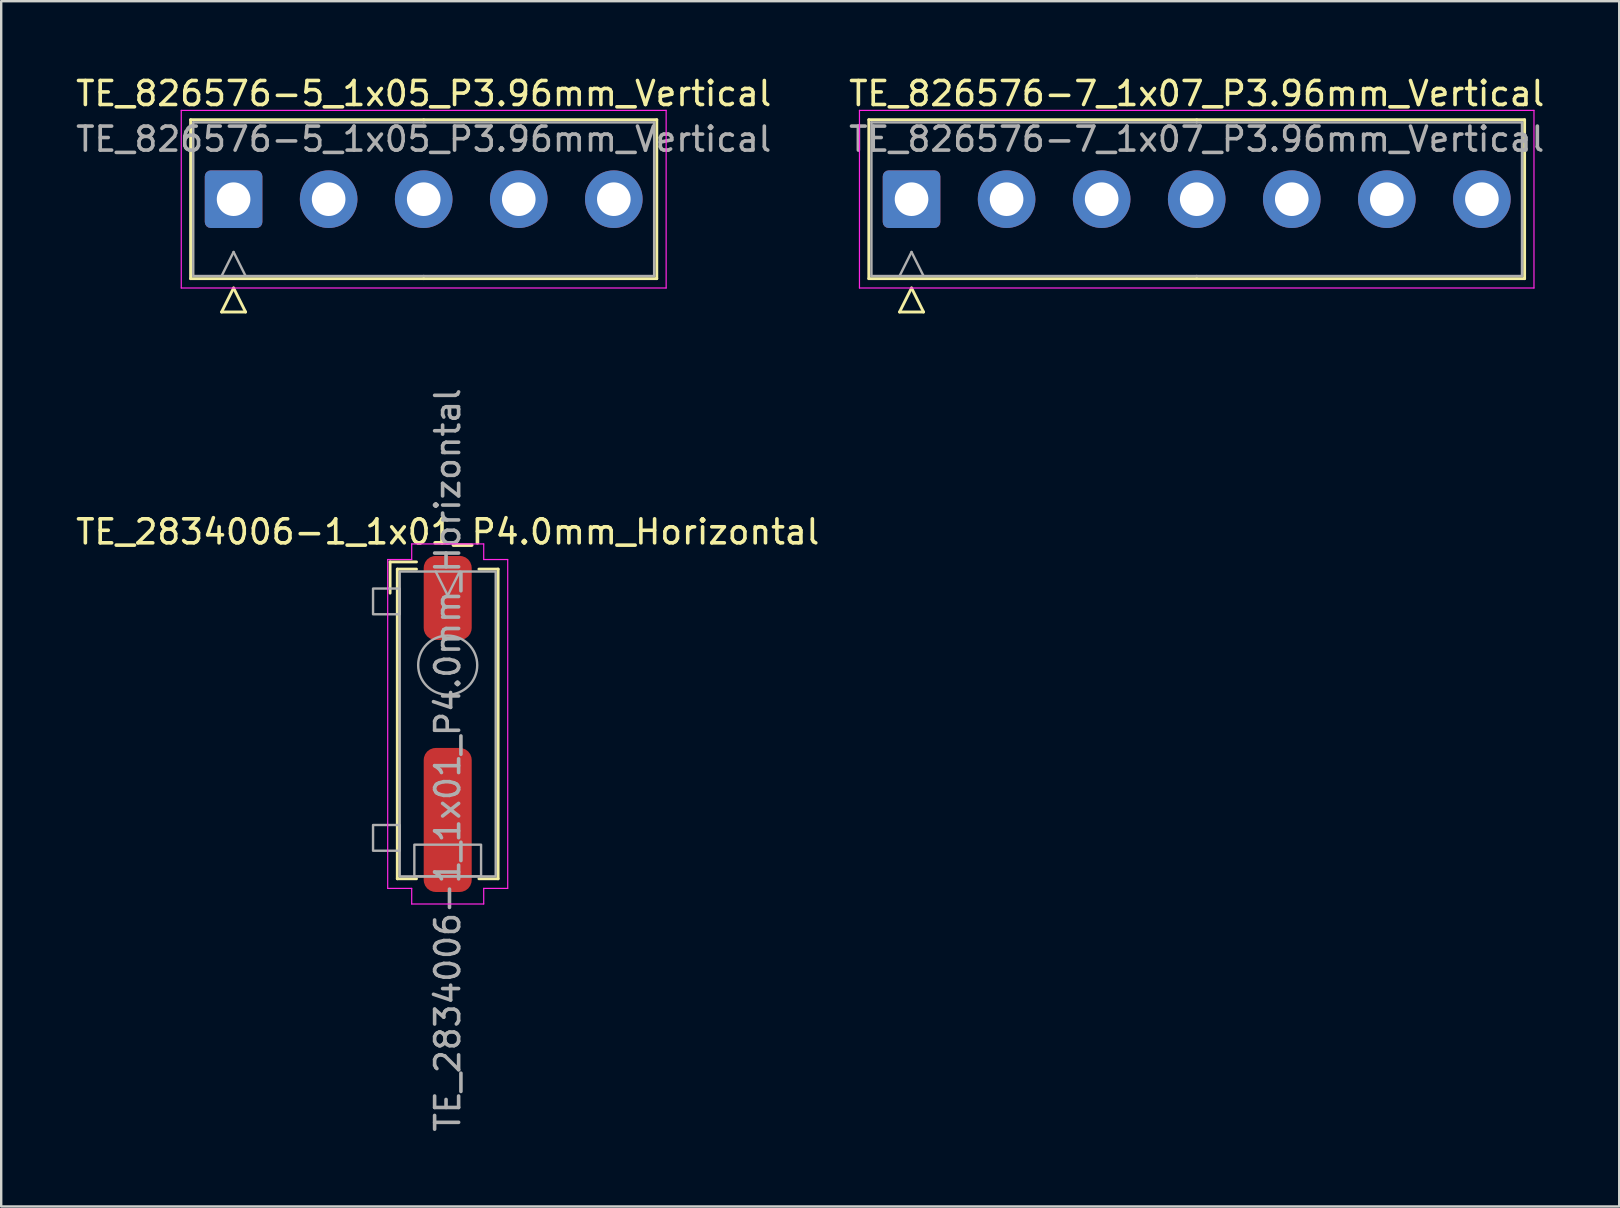
<source format=kicad_pcb>
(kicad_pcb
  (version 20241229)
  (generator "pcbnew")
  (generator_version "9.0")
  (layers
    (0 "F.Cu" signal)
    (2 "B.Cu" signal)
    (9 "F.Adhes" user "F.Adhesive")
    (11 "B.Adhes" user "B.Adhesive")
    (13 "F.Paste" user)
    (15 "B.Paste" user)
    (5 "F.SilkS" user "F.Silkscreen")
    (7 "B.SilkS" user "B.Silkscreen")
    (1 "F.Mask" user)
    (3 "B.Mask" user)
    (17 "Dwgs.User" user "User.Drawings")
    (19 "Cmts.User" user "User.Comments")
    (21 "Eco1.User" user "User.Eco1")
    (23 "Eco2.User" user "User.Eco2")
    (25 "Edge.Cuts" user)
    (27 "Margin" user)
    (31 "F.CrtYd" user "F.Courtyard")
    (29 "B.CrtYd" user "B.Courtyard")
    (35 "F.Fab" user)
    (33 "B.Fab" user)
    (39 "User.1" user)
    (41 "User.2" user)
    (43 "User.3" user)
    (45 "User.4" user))
  (footprint "TE_826576-5_1x05_P3.96mm_Vertical"
    (layer "F.Cu")
    (at 6.681 5.248)
    (property "Reference" "TE_826576-5_1x05_P3.96mm_Vertical" (at 7.92 -4.4 0) (layer "F.SilkS") (effects (font (size 1 1) (thickness 0.15))))
    (attr through_hole)
    (fp_line (start -1.79 -3.31) (end -1.79 3.31) (stroke (width 0.12) (type solid)) (layer "F.SilkS"))
    (fp_line (start -1.79 3.31) (end 7.92 3.31) (stroke (width 0.12) (type solid)) (layer "F.SilkS"))
    (fp_line (start -0.5 4.7) (end 0 3.7) (stroke (width 0.12) (type solid)) (layer "F.SilkS"))
    (fp_line (start 0 3.7) (end 0.5 4.7) (stroke (width 0.12) (type solid)) (layer "F.SilkS"))
    (fp_line (start 0.5 4.7) (end -0.5 4.7) (stroke (width 0.12) (type solid)) (layer "F.SilkS"))
    (fp_line (start 7.92 -3.31) (end -1.79 -3.31) (stroke (width 0.12) (type solid)) (layer "F.SilkS"))
    (fp_line (start 7.92 -3.31) (end 17.63 -3.31) (stroke (width 0.12) (type solid)) (layer "F.SilkS"))
    (fp_line (start 17.63 -3.31) (end 17.63 3.31) (stroke (width 0.12) (type solid)) (layer "F.SilkS"))
    (fp_line (start 17.63 3.31) (end 7.92 3.31) (stroke (width 0.12) (type solid)) (layer "F.SilkS"))
    (fp_line (start -2.18 -3.7) (end -2.18 3.7) (stroke (width 0.05) (type solid)) (layer "F.CrtYd"))
    (fp_line (start -2.18 3.7) (end 18.02 3.7) (stroke (width 0.05) (type solid)) (layer "F.CrtYd"))
    (fp_line (start 18.02 -3.7) (end -2.18 -3.7) (stroke (width 0.05) (type solid)) (layer "F.CrtYd"))
    (fp_line (start 18.02 3.7) (end 18.02 -3.7) (stroke (width 0.05) (type solid)) (layer "F.CrtYd"))
    (fp_line (start -1.68 -3.2) (end -1.68 3.2) (stroke (width 0.1) (type solid)) (layer "F.Fab"))
    (fp_line (start -1.68 3.2) (end 7.92 3.2) (stroke (width 0.1) (type solid)) (layer "F.Fab"))
    (fp_line (start -0.5 3.2) (end 0 2.2) (stroke (width 0.1) (type solid)) (layer "F.Fab"))
    (fp_line (start 0 2.2) (end 0.5 3.2) (stroke (width 0.1) (type solid)) (layer "F.Fab"))
    (fp_line (start 7.92 -3.2) (end -1.68 -3.2) (stroke (width 0.1) (type solid)) (layer "F.Fab"))
    (fp_line (start 7.92 -3.2) (end 17.52 -3.2) (stroke (width 0.1) (type solid)) (layer "F.Fab"))
    (fp_line (start 17.52 -3.2) (end 17.52 3.2) (stroke (width 0.1) (type solid)) (layer "F.Fab"))
    (fp_line (start 17.52 3.2) (end 7.92 3.2) (stroke (width 0.1) (type solid)) (layer "F.Fab"))
    (fp_text user "${REFERENCE}" (at 7.92 -2.5 0) (layer "F.Fab") (effects (font (size 1 1) (thickness 0.15))))
    (pad "1" thru_hole roundrect (at 0 0) (size 2.4 2.4) (drill 1.4) (layers "*.Cu" "*.Mask") (roundrect_rratio 0.104))
    (pad "2" thru_hole circle (at 3.96 0) (size 2.4 2.4) (drill 1.4) (layers "*.Cu" "*.Mask"))
    (pad "3" thru_hole circle (at 7.92 0) (size 2.4 2.4) (drill 1.4) (layers "*.Cu" "*.Mask"))
    (pad "4" thru_hole circle (at 11.88 0) (size 2.4 2.4) (drill 1.4) (layers "*.Cu" "*.Mask"))
    (pad "5" thru_hole circle (at 15.84 0) (size 2.4 2.4) (drill 1.4) (layers "*.Cu" "*.Mask")))
  (footprint "TE_2834006-1_1x01_P4.0mm_Horizontal"
    (layer "F.Cu")
    (at 15.601 27.109)
    (property "Reference" "TE_2834006-1_1x01_P4.0mm_Horizontal" (at 0 -8 0) (unlocked yes) (layer "F.SilkS") (effects (font (size 1 1) (thickness 0.15))))
    (attr smd)
    (fp_line (start -2.4 -6.75) (end -2.4 -5.45) (stroke (width 0.12) (type solid)) (layer "F.SilkS"))
    (fp_line (start -2.1 -6.45) (end -1.3 -6.45) (stroke (width 0.12) (type solid)) (layer "F.SilkS"))
    (fp_line (start -2.1 6.45) (end -2.1 -6.45) (stroke (width 0.12) (type solid)) (layer "F.SilkS"))
    (fp_line (start -2.1 6.45) (end -1.3 6.45) (stroke (width 0.12) (type solid)) (layer "F.SilkS"))
    (fp_line (start -1.3 -6.75) (end -2.4 -6.75) (stroke (width 0.12) (type solid)) (layer "F.SilkS"))
    (fp_line (start 2.1 -6.45) (end 1.3 -6.45) (stroke (width 0.12) (type solid)) (layer "F.SilkS"))
    (fp_line (start 2.1 -6.45) (end 2.1 6.45) (stroke (width 0.12) (type solid)) (layer "F.SilkS"))
    (fp_line (start 2.1 6.45) (end 1.3 6.45) (stroke (width 0.12) (type solid)) (layer "F.SilkS"))
    (fp_line (start -2.5 -6.85) (end -2.5 6.85) (stroke (width 0.05) (type solid)) (layer "F.CrtYd"))
    (fp_line (start -2.5 -6.85) (end -1.5 -6.85) (stroke (width 0.05) (type solid)) (layer "F.CrtYd"))
    (fp_line (start -1.5 -7.5) (end 1.5 -7.5) (stroke (width 0.05) (type solid)) (layer "F.CrtYd"))
    (fp_line (start -1.5 -6.85) (end -1.5 -7.5) (stroke (width 0.05) (type solid)) (layer "F.CrtYd"))
    (fp_line (start -1.5 6.85) (end -2.5 6.85) (stroke (width 0.05) (type solid)) (layer "F.CrtYd"))
    (fp_line (start -1.5 7.5) (end -1.5 6.85) (stroke (width 0.05) (type solid)) (layer "F.CrtYd"))
    (fp_line (start 1.5 -7.5) (end 1.5 -6.85) (stroke (width 0.05) (type solid)) (layer "F.CrtYd"))
    (fp_line (start 1.5 -6.85) (end 2.5 -6.85) (stroke (width 0.05) (type solid)) (layer "F.CrtYd"))
    (fp_line (start 1.5 6.85) (end 1.5 7.5) (stroke (width 0.05) (type solid)) (layer "F.CrtYd"))
    (fp_line (start 1.5 7.5) (end -1.5 7.5) (stroke (width 0.05) (type solid)) (layer "F.CrtYd"))
    (fp_line (start 2.5 -6.85) (end 2.5 6.85) (stroke (width 0.05) (type solid)) (layer "F.CrtYd"))
    (fp_line (start 2.5 6.85) (end 1.5 6.85) (stroke (width 0.05) (type solid)) (layer "F.CrtYd"))
    (fp_line (start 0 -5.35) (end -0.5 -6.35) (stroke (width 0.1) (type solid)) (layer "F.Fab"))
    (fp_line (start 0.5 -6.35) (end 0 -5.35) (stroke (width 0.1) (type solid)) (layer "F.Fab"))
    (fp_rect (start -3.11 -5.64) (end -2 -4.569) (stroke (width 0.1) (type solid)) (fill no) (layer "F.Fab"))
    (fp_rect (start -3.11 4.21) (end -2 5.282) (stroke (width 0.1) (type solid)) (fill no) (layer "F.Fab"))
    (fp_rect (start -2 -6.35) (end 2 6.35) (stroke (width 0.1) (type solid)) (fill no) (layer "F.Fab"))
    (fp_rect (start -1.39 5.03) (end 1.39 6.35) (stroke (width 0.1) (type solid)) (fill no) (layer "F.Fab"))
    (fp_circle (center 0 -2.45) (end 1.23 -2.45) (stroke (width 0.1) (type solid)) (fill no) (layer "F.Fab"))
    (fp_text user "${REFERENCE}" (at 0 1.5 90) (unlocked yes) (layer "F.Fab") (effects (font (size 1 1) (thickness 0.15))))
    (pad "1" smd roundrect (at 0 -5.25) (size 2 3.5) (layers "F.Cu" "F.Mask" "F.Paste") (roundrect_rratio 0.25))
    (pad "1" smd roundrect (at 0 4) (size 2 6) (layers "F.Cu" "F.Mask" "F.Paste") (roundrect_rratio 0.25)))
  (footprint "TE_826576-7_1x07_P3.96mm_Vertical"
    (layer "F.Cu")
    (at 34.924 5.248)
    (property "Reference" "TE_826576-7_1x07_P3.96mm_Vertical" (at 11.88 -4.4 0) (layer "F.SilkS") (effects (font (size 1 1) (thickness 0.15))))
    (attr through_hole)
    (fp_line (start -1.78 -3.31) (end -1.78 3.31) (stroke (width 0.12) (type solid)) (layer "F.SilkS"))
    (fp_line (start -1.78 3.31) (end 11.88 3.31) (stroke (width 0.12) (type solid)) (layer "F.SilkS"))
    (fp_line (start -0.5 4.7) (end 0 3.7) (stroke (width 0.12) (type solid)) (layer "F.SilkS"))
    (fp_line (start 0 3.7) (end 0.5 4.7) (stroke (width 0.12) (type solid)) (layer "F.SilkS"))
    (fp_line (start 0.5 4.7) (end -0.5 4.7) (stroke (width 0.12) (type solid)) (layer "F.SilkS"))
    (fp_line (start 11.88 -3.31) (end -1.78 -3.31) (stroke (width 0.12) (type solid)) (layer "F.SilkS"))
    (fp_line (start 11.88 -3.31) (end 25.54 -3.31) (stroke (width 0.12) (type solid)) (layer "F.SilkS"))
    (fp_line (start 25.54 -3.31) (end 25.54 3.31) (stroke (width 0.12) (type solid)) (layer "F.SilkS"))
    (fp_line (start 25.54 3.31) (end 11.88 3.31) (stroke (width 0.12) (type solid)) (layer "F.SilkS"))
    (fp_line (start -2.17 -3.7) (end -2.17 3.7) (stroke (width 0.05) (type solid)) (layer "F.CrtYd"))
    (fp_line (start -2.17 3.7) (end 25.93 3.7) (stroke (width 0.05) (type solid)) (layer "F.CrtYd"))
    (fp_line (start 25.93 -3.7) (end -2.17 -3.7) (stroke (width 0.05) (type solid)) (layer "F.CrtYd"))
    (fp_line (start 25.93 3.7) (end 25.93 -3.7) (stroke (width 0.05) (type solid)) (layer "F.CrtYd"))
    (fp_line (start -1.67 -3.2) (end -1.67 3.2) (stroke (width 0.1) (type solid)) (layer "F.Fab"))
    (fp_line (start -1.67 3.2) (end 11.88 3.2) (stroke (width 0.1) (type solid)) (layer "F.Fab"))
    (fp_line (start -0.5 3.2) (end 0 2.2) (stroke (width 0.1) (type solid)) (layer "F.Fab"))
    (fp_line (start 0 2.2) (end 0.5 3.2) (stroke (width 0.1) (type solid)) (layer "F.Fab"))
    (fp_line (start 11.88 -3.2) (end -1.67 -3.2) (stroke (width 0.1) (type solid)) (layer "F.Fab"))
    (fp_line (start 11.88 -3.2) (end 25.43 -3.2) (stroke (width 0.1) (type solid)) (layer "F.Fab"))
    (fp_line (start 25.43 -3.2) (end 25.43 3.2) (stroke (width 0.1) (type solid)) (layer "F.Fab"))
    (fp_line (start 25.43 3.2) (end 11.88 3.2) (stroke (width 0.1) (type solid)) (layer "F.Fab"))
    (fp_text user "${REFERENCE}" (at 11.88 -2.5 0) (layer "F.Fab") (effects (font (size 1 1) (thickness 0.15))))
    (pad "1" thru_hole roundrect (at 0 0) (size 2.4 2.4) (drill 1.4) (layers "*.Cu" "*.Mask") (roundrect_rratio 0.104))
    (pad "2" thru_hole circle (at 3.96 0) (size 2.4 2.4) (drill 1.4) (layers "*.Cu" "*.Mask"))
    (pad "3" thru_hole circle (at 7.92 0) (size 2.4 2.4) (drill 1.4) (layers "*.Cu" "*.Mask"))
    (pad "4" thru_hole circle (at 11.88 0) (size 2.4 2.4) (drill 1.4) (layers "*.Cu" "*.Mask"))
    (pad "5" thru_hole circle (at 15.84 0) (size 2.4 2.4) (drill 1.4) (layers "*.Cu" "*.Mask"))
    (pad "6" thru_hole circle (at 19.8 0) (size 2.4 2.4) (drill 1.4) (layers "*.Cu" "*.Mask"))
    (pad "7" thru_hole circle (at 23.76 0) (size 2.4 2.4) (drill 1.4) (layers "*.Cu" "*.Mask")))
  (gr_rect
    (start -3 -3)
    (end 64.405 47.211)
    (stroke (width 0.1) (type default))
    (fill no)
    (layer "Edge.Cuts")))
</source>
